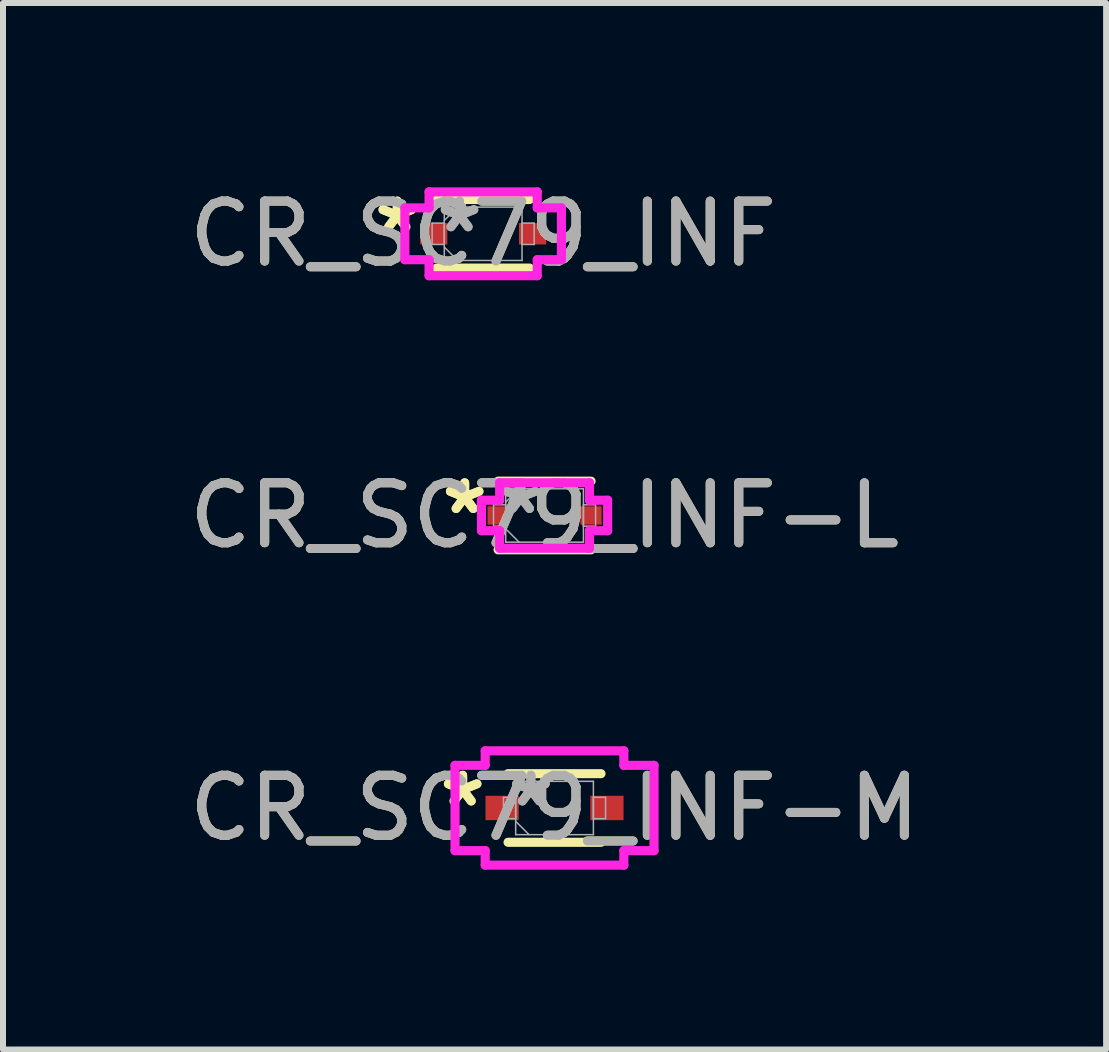
<source format=kicad_pcb>
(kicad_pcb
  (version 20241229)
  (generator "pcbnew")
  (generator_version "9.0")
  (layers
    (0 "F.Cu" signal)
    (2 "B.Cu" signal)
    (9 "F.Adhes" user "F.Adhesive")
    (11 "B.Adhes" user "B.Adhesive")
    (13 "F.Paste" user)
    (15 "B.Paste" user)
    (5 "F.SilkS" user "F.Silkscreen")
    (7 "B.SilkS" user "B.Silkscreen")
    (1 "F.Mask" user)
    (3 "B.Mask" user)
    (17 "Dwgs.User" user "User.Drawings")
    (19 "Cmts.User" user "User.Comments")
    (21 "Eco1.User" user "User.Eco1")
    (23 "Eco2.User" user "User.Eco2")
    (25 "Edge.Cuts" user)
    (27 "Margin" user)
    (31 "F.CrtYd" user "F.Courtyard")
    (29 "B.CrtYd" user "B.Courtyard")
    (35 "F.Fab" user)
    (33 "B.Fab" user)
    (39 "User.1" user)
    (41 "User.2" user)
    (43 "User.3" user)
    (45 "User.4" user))
  (footprint "CR_SC79_INF-L"
    (layer "F.Cu")
    (at 6.03 5.545)
    (property "Reference" "CR_SC79_INF-L" (at 0 0 0) (unlocked yes) (layer "F.SilkS") (effects (font (size 1 1) (thickness 0.15))))
    (attr smd)
    (fp_line (start -0.775 0.572) (end 0.775 0.572) (stroke (width 0.152) (type solid)) (layer "F.SilkS"))
    (fp_line (start 0.775 -0.572) (end -0.775 -0.572) (stroke (width 0.152) (type solid)) (layer "F.SilkS"))
    (fp_line (start -1.052 -0.254) (end -0.749 -0.254) (stroke (width 0.152) (type solid)) (layer "F.CrtYd"))
    (fp_line (start -1.052 0.254) (end -1.052 -0.254) (stroke (width 0.152) (type solid)) (layer "F.CrtYd"))
    (fp_line (start -0.749 -0.546) (end 0.749 -0.546) (stroke (width 0.152) (type solid)) (layer "F.CrtYd"))
    (fp_line (start -0.749 -0.254) (end -0.749 -0.546) (stroke (width 0.152) (type solid)) (layer "F.CrtYd"))
    (fp_line (start -0.749 0.254) (end -1.052 0.254) (stroke (width 0.152) (type solid)) (layer "F.CrtYd"))
    (fp_line (start -0.749 0.546) (end -0.749 0.254) (stroke (width 0.152) (type solid)) (layer "F.CrtYd"))
    (fp_line (start 0.749 -0.546) (end 0.749 -0.254) (stroke (width 0.152) (type solid)) (layer "F.CrtYd"))
    (fp_line (start 0.749 -0.254) (end 1.052 -0.254) (stroke (width 0.152) (type solid)) (layer "F.CrtYd"))
    (fp_line (start 0.749 0.254) (end 0.749 0.546) (stroke (width 0.152) (type solid)) (layer "F.CrtYd"))
    (fp_line (start 0.749 0.546) (end -0.749 0.546) (stroke (width 0.152) (type solid)) (layer "F.CrtYd"))
    (fp_line (start 1.052 -0.254) (end 1.052 0.254) (stroke (width 0.152) (type solid)) (layer "F.CrtYd"))
    (fp_line (start 1.052 0.254) (end 0.749 0.254) (stroke (width 0.152) (type solid)) (layer "F.CrtYd"))
    (fp_line (start -0.851 -0.178) (end -0.851 0.178) (stroke (width 0.025) (type solid)) (layer "F.Fab"))
    (fp_line (start -0.851 0.178) (end -0.648 0.178) (stroke (width 0.025) (type solid)) (layer "F.Fab"))
    (fp_line (start -0.648 -0.445) (end -0.648 0.445) (stroke (width 0.025) (type solid)) (layer "F.Fab"))
    (fp_line (start -0.648 -0.222) (end -0.425 -0.445) (stroke (width 0.025) (type solid)) (layer "F.Fab"))
    (fp_line (start -0.648 -0.178) (end -0.851 -0.178) (stroke (width 0.025) (type solid)) (layer "F.Fab"))
    (fp_line (start -0.648 0.178) (end -0.648 -0.178) (stroke (width 0.025) (type solid)) (layer "F.Fab"))
    (fp_line (start -0.648 0.222) (end -0.425 0.445) (stroke (width 0.025) (type solid)) (layer "F.Fab"))
    (fp_line (start -0.648 0.445) (end 0.648 0.445) (stroke (width 0.025) (type solid)) (layer "F.Fab"))
    (fp_line (start 0.648 -0.445) (end -0.648 -0.445) (stroke (width 0.025) (type solid)) (layer "F.Fab"))
    (fp_line (start 0.648 -0.178) (end 0.648 0.178) (stroke (width 0.025) (type solid)) (layer "F.Fab"))
    (fp_line (start 0.648 0.178) (end 0.851 0.178) (stroke (width 0.025) (type solid)) (layer "F.Fab"))
    (fp_line (start 0.648 0.445) (end 0.648 -0.445) (stroke (width 0.025) (type solid)) (layer "F.Fab"))
    (fp_line (start 0.851 -0.178) (end 0.648 -0.178) (stroke (width 0.025) (type solid)) (layer "F.Fab"))
    (fp_line (start 0.851 0.178) (end 0.851 -0.178) (stroke (width 0.025) (type solid)) (layer "F.Fab"))
    (fp_text user "*" (at -1.332 0 0) (layer "F.SilkS") (effects (font (size 1 1) (thickness 0.15))))
    (fp_text user "*" (at -1.332 0 0) (unlocked yes) (layer "F.SilkS") (effects (font (size 1 1) (thickness 0.15))))
    (fp_text user "*" (at -0.394 0 0) (layer "F.Fab") (effects (font (size 1 1) (thickness 0.15))))
    (fp_text user "*" (at -0.394 0 0) (unlocked yes) (layer "F.Fab") (effects (font (size 1 1) (thickness 0.15))))
    (fp_text user "${REFERENCE}" (at 0 0 0) (unlocked yes) (layer "F.Fab") (effects (font (size 1 1) (thickness 0.15))))
    (pad "1" smd rect (at -0.774 0) (size 0.354 0.306) (layers "F.Cu" "F.Mask" "F.Paste"))
    (pad "2" smd rect (at 0.774 0) (size 0.354 0.306) (layers "F.Cu" "F.Mask" "F.Paste"))
    (zone (net_name "") (layer "F.Cu") (hatch full 0.508) (connect_pads) (min_thickness 0.254) (filled_areas_thickness no) (keepout (tracks not_allowed) (vias not_allowed) (pads allowed) (copperpour not_allowed) (footprints allowed)) (placement (enabled no)) (fill) (polygon (pts (xy 5.484 5.151) (xy 6.576 5.151) (xy 6.576 5.938) (xy 5.484 5.938)))))
  (footprint "CR_SC79_INF-M"
    (layer "F.Cu")
    (at 6.196 10.422)
    (property "Reference" "CR_SC79_INF-M" (at 0 0 0) (unlocked yes) (layer "F.SilkS") (effects (font (size 1 1) (thickness 0.15))))
    (attr smd)
    (fp_line (start -0.775 0.572) (end 0.775 0.572) (stroke (width 0.152) (type solid)) (layer "F.SilkS"))
    (fp_line (start 0.775 -0.572) (end -0.775 -0.572) (stroke (width 0.152) (type solid)) (layer "F.SilkS"))
    (fp_line (start -1.659 -0.711) (end -1.156 -0.711) (stroke (width 0.152) (type solid)) (layer "F.CrtYd"))
    (fp_line (start -1.659 0.711) (end -1.659 -0.711) (stroke (width 0.152) (type solid)) (layer "F.CrtYd"))
    (fp_line (start -1.156 -0.953) (end 1.156 -0.953) (stroke (width 0.152) (type solid)) (layer "F.CrtYd"))
    (fp_line (start -1.156 -0.711) (end -1.156 -0.953) (stroke (width 0.152) (type solid)) (layer "F.CrtYd"))
    (fp_line (start -1.156 0.711) (end -1.659 0.711) (stroke (width 0.152) (type solid)) (layer "F.CrtYd"))
    (fp_line (start -1.156 0.953) (end -1.156 0.711) (stroke (width 0.152) (type solid)) (layer "F.CrtYd"))
    (fp_line (start 1.156 -0.953) (end 1.156 -0.711) (stroke (width 0.152) (type solid)) (layer "F.CrtYd"))
    (fp_line (start 1.156 -0.711) (end 1.659 -0.711) (stroke (width 0.152) (type solid)) (layer "F.CrtYd"))
    (fp_line (start 1.156 0.711) (end 1.156 0.953) (stroke (width 0.152) (type solid)) (layer "F.CrtYd"))
    (fp_line (start 1.156 0.953) (end -1.156 0.953) (stroke (width 0.152) (type solid)) (layer "F.CrtYd"))
    (fp_line (start 1.659 -0.711) (end 1.659 0.711) (stroke (width 0.152) (type solid)) (layer "F.CrtYd"))
    (fp_line (start 1.659 0.711) (end 1.156 0.711) (stroke (width 0.152) (type solid)) (layer "F.CrtYd"))
    (fp_line (start -0.851 -0.178) (end -0.851 0.178) (stroke (width 0.025) (type solid)) (layer "F.Fab"))
    (fp_line (start -0.851 0.178) (end -0.648 0.178) (stroke (width 0.025) (type solid)) (layer "F.Fab"))
    (fp_line (start -0.648 -0.445) (end -0.648 0.445) (stroke (width 0.025) (type solid)) (layer "F.Fab"))
    (fp_line (start -0.648 -0.222) (end -0.425 -0.445) (stroke (width 0.025) (type solid)) (layer "F.Fab"))
    (fp_line (start -0.648 -0.178) (end -0.851 -0.178) (stroke (width 0.025) (type solid)) (layer "F.Fab"))
    (fp_line (start -0.648 0.178) (end -0.648 -0.178) (stroke (width 0.025) (type solid)) (layer "F.Fab"))
    (fp_line (start -0.648 0.222) (end -0.425 0.445) (stroke (width 0.025) (type solid)) (layer "F.Fab"))
    (fp_line (start -0.648 0.445) (end 0.648 0.445) (stroke (width 0.025) (type solid)) (layer "F.Fab"))
    (fp_line (start 0.648 -0.445) (end -0.648 -0.445) (stroke (width 0.025) (type solid)) (layer "F.Fab"))
    (fp_line (start 0.648 -0.178) (end 0.648 0.178) (stroke (width 0.025) (type solid)) (layer "F.Fab"))
    (fp_line (start 0.648 0.178) (end 0.851 0.178) (stroke (width 0.025) (type solid)) (layer "F.Fab"))
    (fp_line (start 0.648 0.445) (end 0.648 -0.445) (stroke (width 0.025) (type solid)) (layer "F.Fab"))
    (fp_line (start 0.851 -0.178) (end 0.648 -0.178) (stroke (width 0.025) (type solid)) (layer "F.Fab"))
    (fp_line (start 0.851 0.178) (end 0.851 -0.178) (stroke (width 0.025) (type solid)) (layer "F.Fab"))
    (fp_text user "*" (at -1.532 0 0) (unlocked yes) (layer "F.SilkS") (effects (font (size 1 1) (thickness 0.15))))
    (fp_text user "*" (at -1.532 0 0) (layer "F.SilkS") (effects (font (size 1 1) (thickness 0.15))))
    (fp_text user "${REFERENCE}" (at 0 0 0) (unlocked yes) (layer "F.Fab") (effects (font (size 1 1) (thickness 0.15))))
    (fp_text user "*" (at -0.394 0 0) (unlocked yes) (layer "F.Fab") (effects (font (size 1 1) (thickness 0.15))))
    (fp_text user "*" (at -0.394 0 0) (layer "F.Fab") (effects (font (size 1 1) (thickness 0.15))))
    (pad "1" smd rect (at -0.874 0) (size 0.554 0.406) (layers "F.Cu" "F.Mask" "F.Paste"))
    (pad "2" smd rect (at 0.874 0) (size 0.554 0.406) (layers "F.Cu" "F.Mask" "F.Paste"))
    (zone (net_name "") (layer "F.Cu") (hatch full 0.508) (connect_pads) (min_thickness 0.254) (filled_areas_thickness no) (keepout (tracks not_allowed) (vias not_allowed) (pads allowed) (copperpour not_allowed) (footprints allowed)) (placement (enabled no)) (fill) (polygon (pts (xy 5.65 10.028) (xy 6.743 10.028) (xy 6.743 10.815) (xy 5.65 10.815)))))
  (footprint "CR_SC79_INF"
    (layer "F.Cu")
    (at 5.006 0.848)
    (property "Reference" "CR_SC79_INF" (at 0 0 0) (unlocked yes) (layer "F.SilkS") (effects (font (size 1 1) (thickness 0.15))))
    (attr smd)
    (fp_line (start -0.775 0.572) (end 0.775 0.572) (stroke (width 0.152) (type solid)) (layer "F.SilkS"))
    (fp_line (start 0.775 -0.572) (end -0.775 -0.572) (stroke (width 0.152) (type solid)) (layer "F.SilkS"))
    (fp_line (start -1.305 -0.432) (end -0.902 -0.432) (stroke (width 0.152) (type solid)) (layer "F.CrtYd"))
    (fp_line (start -1.305 0.432) (end -1.305 -0.432) (stroke (width 0.152) (type solid)) (layer "F.CrtYd"))
    (fp_line (start -0.902 -0.699) (end 0.902 -0.699) (stroke (width 0.152) (type solid)) (layer "F.CrtYd"))
    (fp_line (start -0.902 -0.432) (end -0.902 -0.699) (stroke (width 0.152) (type solid)) (layer "F.CrtYd"))
    (fp_line (start -0.902 0.432) (end -1.305 0.432) (stroke (width 0.152) (type solid)) (layer "F.CrtYd"))
    (fp_line (start -0.902 0.699) (end -0.902 0.432) (stroke (width 0.152) (type solid)) (layer "F.CrtYd"))
    (fp_line (start 0.902 -0.699) (end 0.902 -0.432) (stroke (width 0.152) (type solid)) (layer "F.CrtYd"))
    (fp_line (start 0.902 -0.432) (end 1.305 -0.432) (stroke (width 0.152) (type solid)) (layer "F.CrtYd"))
    (fp_line (start 0.902 0.432) (end 0.902 0.699) (stroke (width 0.152) (type solid)) (layer "F.CrtYd"))
    (fp_line (start 0.902 0.699) (end -0.902 0.699) (stroke (width 0.152) (type solid)) (layer "F.CrtYd"))
    (fp_line (start 1.305 -0.432) (end 1.305 0.432) (stroke (width 0.152) (type solid)) (layer "F.CrtYd"))
    (fp_line (start 1.305 0.432) (end 0.902 0.432) (stroke (width 0.152) (type solid)) (layer "F.CrtYd"))
    (fp_line (start -0.851 -0.178) (end -0.851 0.178) (stroke (width 0.025) (type solid)) (layer "F.Fab"))
    (fp_line (start -0.851 0.178) (end -0.648 0.178) (stroke (width 0.025) (type solid)) (layer "F.Fab"))
    (fp_line (start -0.648 -0.445) (end -0.648 0.445) (stroke (width 0.025) (type solid)) (layer "F.Fab"))
    (fp_line (start -0.648 -0.222) (end -0.425 -0.445) (stroke (width 0.025) (type solid)) (layer "F.Fab"))
    (fp_line (start -0.648 -0.178) (end -0.851 -0.178) (stroke (width 0.025) (type solid)) (layer "F.Fab"))
    (fp_line (start -0.648 0.178) (end -0.648 -0.178) (stroke (width 0.025) (type solid)) (layer "F.Fab"))
    (fp_line (start -0.648 0.222) (end -0.425 0.445) (stroke (width 0.025) (type solid)) (layer "F.Fab"))
    (fp_line (start -0.648 0.445) (end 0.648 0.445) (stroke (width 0.025) (type solid)) (layer "F.Fab"))
    (fp_line (start 0.648 -0.445) (end -0.648 -0.445) (stroke (width 0.025) (type solid)) (layer "F.Fab"))
    (fp_line (start 0.648 -0.178) (end 0.648 0.178) (stroke (width 0.025) (type solid)) (layer "F.Fab"))
    (fp_line (start 0.648 0.178) (end 0.851 0.178) (stroke (width 0.025) (type solid)) (layer "F.Fab"))
    (fp_line (start 0.648 0.445) (end 0.648 -0.445) (stroke (width 0.025) (type solid)) (layer "F.Fab"))
    (fp_line (start 0.851 -0.178) (end 0.648 -0.178) (stroke (width 0.025) (type solid)) (layer "F.Fab"))
    (fp_line (start 0.851 0.178) (end 0.851 -0.178) (stroke (width 0.025) (type solid)) (layer "F.Fab"))
    (fp_text user "*" (at -1.432 0 0) (unlocked yes) (layer "F.SilkS") (effects (font (size 1 1) (thickness 0.15))))
    (fp_text user "*" (at -1.432 0 0) (layer "F.SilkS") (effects (font (size 1 1) (thickness 0.15))))
    (fp_text user "*" (at -0.394 0 0) (unlocked yes) (layer "F.Fab") (effects (font (size 1 1) (thickness 0.15))))
    (fp_text user "${REFERENCE}" (at 0 0 0) (unlocked yes) (layer "F.Fab") (effects (font (size 1 1) (thickness 0.15))))
    (fp_text user "*" (at -0.394 0 0) (layer "F.Fab") (effects (font (size 1 1) (thickness 0.15))))
    (pad "1" smd rect (at -0.824 0) (size 0.454 0.356) (layers "F.Cu" "F.Mask" "F.Paste"))
    (pad "2" smd rect (at 0.824 0) (size 0.454 0.356) (layers "F.Cu" "F.Mask" "F.Paste"))
    (zone (net_name "") (layer "F.Cu") (hatch full 0.508) (connect_pads) (min_thickness 0.254) (filled_areas_thickness no) (keepout (tracks not_allowed) (vias not_allowed) (pads allowed) (copperpour not_allowed) (footprints allowed)) (placement (enabled no)) (fill) (polygon (pts (xy 4.46 0.455) (xy 5.552 0.455) (xy 5.552 1.242) (xy 4.46 1.242)))))
  (gr_rect
    (start -3 -3)
    (end 15.393 14.45)
    (stroke (width 0.1) (type default))
    (fill no)
    (layer "Edge.Cuts")))
</source>
